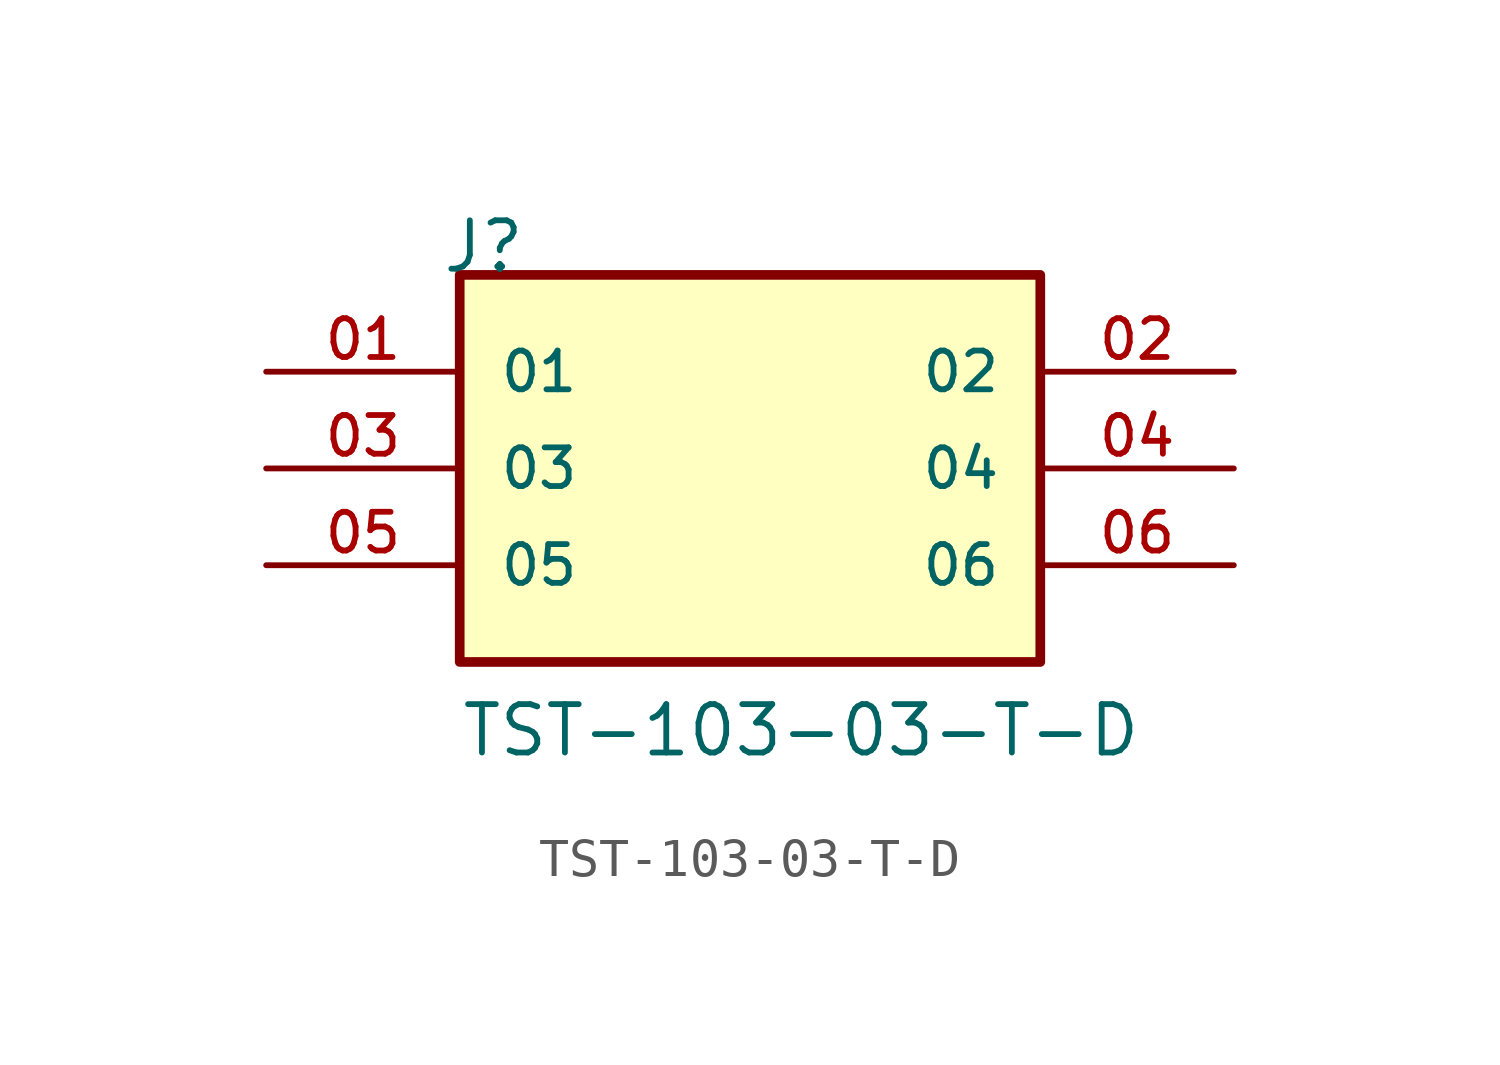
<source format=kicad_sym>
(kicad_symbol_lib
  (version 20211014)
  (generator kicad_symbol_editor)
  (symbol "TST-103-03-T-D"
    (pin_names
      (offset 1.016))
    (property "Reference" "J"
      (at -8.12 5.08 0)
      (effects (font (size 1.27 1.27)) (justify bottom left)))
    (property "Value" "TST-103-03-T-D"
      (at -7.62 -7.62 0)
      (effects (font (size 1.27 1.27)) (justify bottom left)))
    (symbol "TST-103-03-T-D_0_0"
      (rectangle (start -7.62 -5.08) (end 7.62 5.08) (stroke (width 0.254)) (fill (type background)))
      (pin passive line (at -12.7 2.54 0) (length 5.08) (name "01" (effects (font (size 1.016 1.016)))) (number "01" (effects (font (size 1.016 1.016)))))
      (pin passive line (at 12.7 2.54 180.0) (length 5.08) (name "02" (effects (font (size 1.016 1.016)))) (number "02" (effects (font (size 1.016 1.016)))))
      (pin passive line (at -12.7 0.0 0) (length 5.08) (name "03" (effects (font (size 1.016 1.016)))) (number "03" (effects (font (size 1.016 1.016)))))
      (pin passive line (at 12.7 0.0 180.0) (length 5.08) (name "04" (effects (font (size 1.016 1.016)))) (number "04" (effects (font (size 1.016 1.016)))))
      (pin passive line (at -12.7 -2.54 0) (length 5.08) (name "05" (effects (font (size 1.016 1.016)))) (number "05" (effects (font (size 1.016 1.016)))))
      (pin passive line (at 12.7 -2.54 180.0) (length 5.08) (name "06" (effects (font (size 1.016 1.016)))) (number "06" (effects (font (size 1.016 1.016))))))))
</source>
